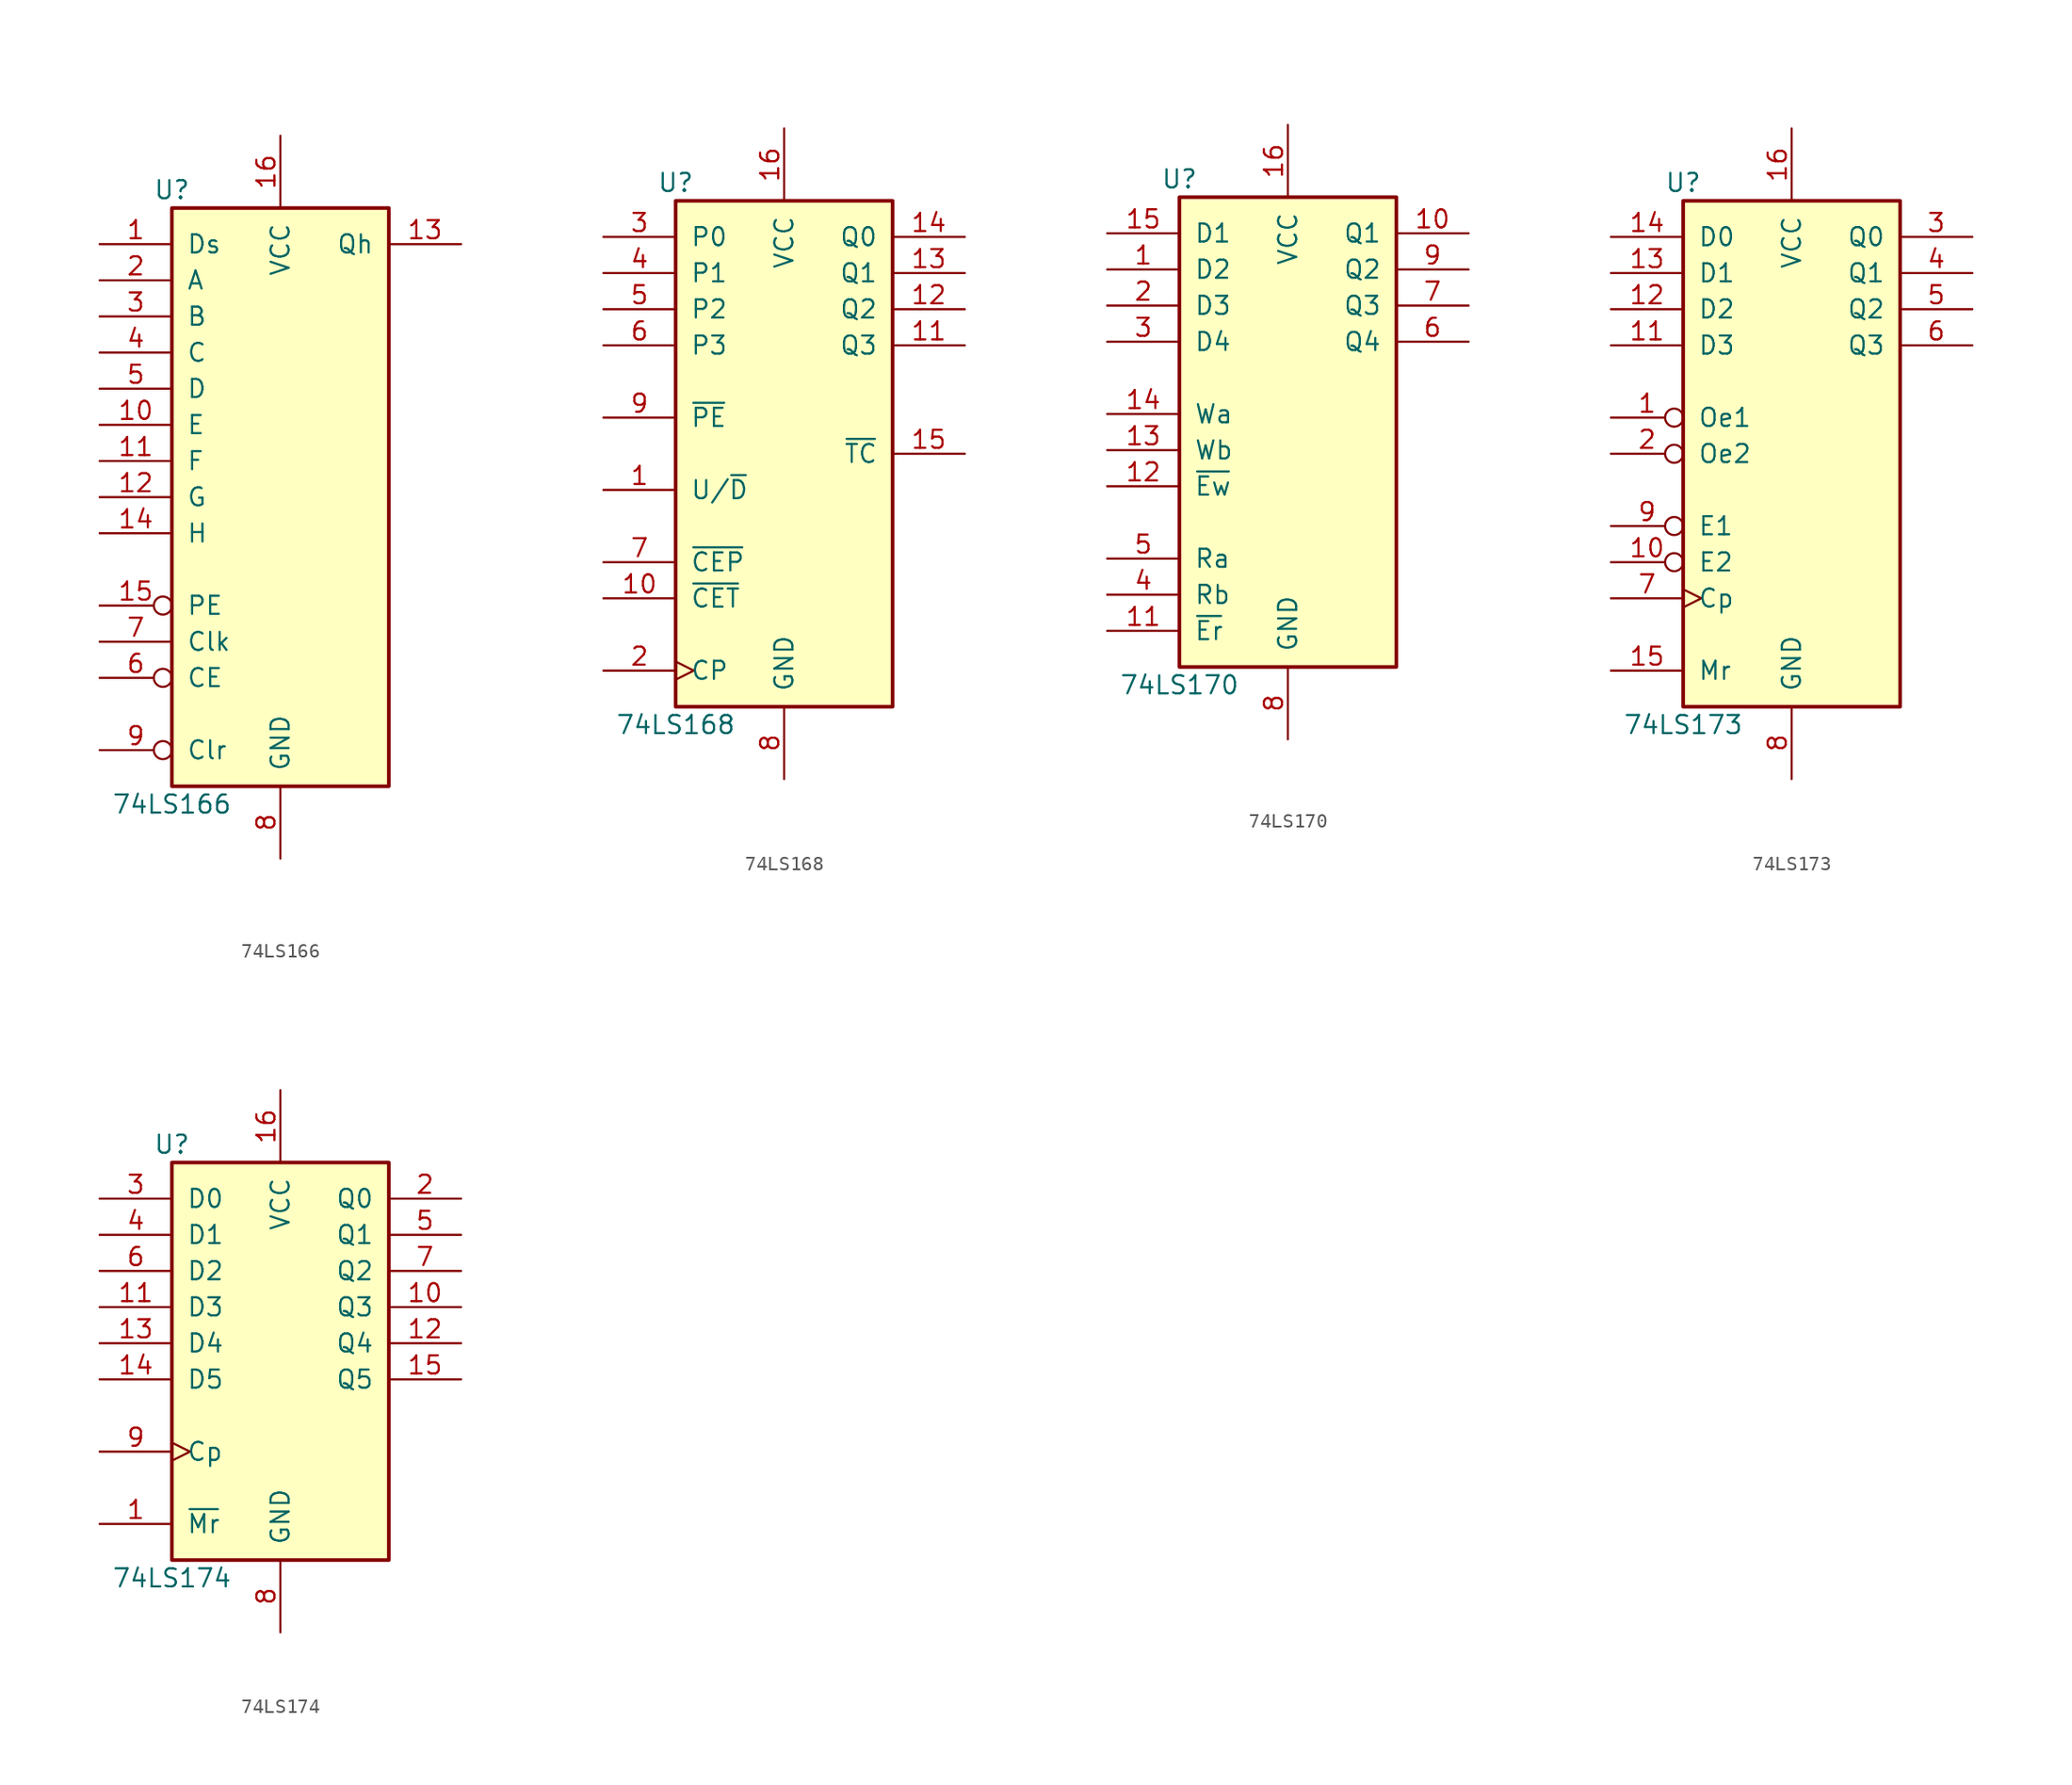
<source format=kicad_sym>
(kicad_symbol_lib
  (version 20201005)
  (generator kicad_symbol_editor)
  (symbol "74LS166"
    (pin_names
      (offset 1.016))
    (property "Reference" "U"
      (at -7.62 21.59 0)
      (effects (font (size 1.27 1.27))))
    (property "Value" "74LS166"
      (at -7.62 -21.59 0)
      (effects (font (size 1.27 1.27))))
    (property "ki_locked" ""
      (at 0 0 0)
      (effects (font (size 1.27 1.27))))
    (symbol "74LS166_1_0"
      (pin input line (at -12.7 17.78 0) (length 5.08) (name "Ds" (effects (font (size 1.27 1.27)))) (number "1" (effects (font (size 1.27 1.27)))))
      (pin input line (at -12.7 5.08 0) (length 5.08) (name "E" (effects (font (size 1.27 1.27)))) (number "10" (effects (font (size 1.27 1.27)))))
      (pin input line (at -12.7 2.54 0) (length 5.08) (name "F" (effects (font (size 1.27 1.27)))) (number "11" (effects (font (size 1.27 1.27)))))
      (pin input line (at -12.7 0 0) (length 5.08) (name "G" (effects (font (size 1.27 1.27)))) (number "12" (effects (font (size 1.27 1.27)))))
      (pin output line (at 12.7 17.78 180) (length 5.08) (name "Qh" (effects (font (size 1.27 1.27)))) (number "13" (effects (font (size 1.27 1.27)))))
      (pin input line (at -12.7 -2.54 0) (length 5.08) (name "H" (effects (font (size 1.27 1.27)))) (number "14" (effects (font (size 1.27 1.27)))))
      (pin input inverted (at -12.7 -7.62 0) (length 5.08) (name "PE" (effects (font (size 1.27 1.27)))) (number "15" (effects (font (size 1.27 1.27)))))
      (pin power_in line (at 0 25.4 270) (length 5.08) (name "VCC" (effects (font (size 1.27 1.27)))) (number "16" (effects (font (size 1.27 1.27)))))
      (pin input line (at -12.7 15.24 0) (length 5.08) (name "A" (effects (font (size 1.27 1.27)))) (number "2" (effects (font (size 1.27 1.27)))))
      (pin input line (at -12.7 12.7 0) (length 5.08) (name "B" (effects (font (size 1.27 1.27)))) (number "3" (effects (font (size 1.27 1.27)))))
      (pin input line (at -12.7 10.16 0) (length 5.08) (name "C" (effects (font (size 1.27 1.27)))) (number "4" (effects (font (size 1.27 1.27)))))
      (pin input line (at -12.7 7.62 0) (length 5.08) (name "D" (effects (font (size 1.27 1.27)))) (number "5" (effects (font (size 1.27 1.27)))))
      (pin input inverted (at -12.7 -12.7 0) (length 5.08) (name "CE" (effects (font (size 1.27 1.27)))) (number "6" (effects (font (size 1.27 1.27)))))
      (pin input line (at -12.7 -10.16 0) (length 5.08) (name "Clk" (effects (font (size 1.27 1.27)))) (number "7" (effects (font (size 1.27 1.27)))))
      (pin power_in line (at 0 -25.4 90) (length 5.08) (name "GND" (effects (font (size 1.27 1.27)))) (number "8" (effects (font (size 1.27 1.27)))))
      (pin input inverted (at -12.7 -17.78 0) (length 5.08) (name "Clr" (effects (font (size 1.27 1.27)))) (number "9" (effects (font (size 1.27 1.27))))))
    (symbol "74LS166_1_1"
      (rectangle (start -7.62 20.32) (end 7.62 -20.32) (stroke (width 0.254)) (fill (type background)))))
  (symbol "74LS168"
    (pin_names
      (offset 1.016))
    (property "Reference" "U"
      (at -7.62 19.05 0)
      (effects (font (size 1.27 1.27))))
    (property "Value" "74LS168"
      (at -7.62 -19.05 0)
      (effects (font (size 1.27 1.27))))
    (property "ki_locked" ""
      (at 0 0 0)
      (effects (font (size 1.27 1.27))))
    (symbol "74LS168_1_0"
      (pin input line (at -12.7 -2.54 0) (length 5.08) (name "U/~D" (effects (font (size 1.27 1.27)))) (number "1" (effects (font (size 1.27 1.27)))))
      (pin input line (at -12.7 -10.16 0) (length 5.08) (name "~CET" (effects (font (size 1.27 1.27)))) (number "10" (effects (font (size 1.27 1.27)))))
      (pin output line (at 12.7 7.62 180) (length 5.08) (name "Q3" (effects (font (size 1.27 1.27)))) (number "11" (effects (font (size 1.27 1.27)))))
      (pin output line (at 12.7 10.16 180) (length 5.08) (name "Q2" (effects (font (size 1.27 1.27)))) (number "12" (effects (font (size 1.27 1.27)))))
      (pin output line (at 12.7 12.7 180) (length 5.08) (name "Q1" (effects (font (size 1.27 1.27)))) (number "13" (effects (font (size 1.27 1.27)))))
      (pin output line (at 12.7 15.24 180) (length 5.08) (name "Q0" (effects (font (size 1.27 1.27)))) (number "14" (effects (font (size 1.27 1.27)))))
      (pin output line (at 12.7 0 180) (length 5.08) (name "~TC" (effects (font (size 1.27 1.27)))) (number "15" (effects (font (size 1.27 1.27)))))
      (pin power_in line (at 0 22.86 270) (length 5.08) (name "VCC" (effects (font (size 1.27 1.27)))) (number "16" (effects (font (size 1.27 1.27)))))
      (pin input clock (at -12.7 -15.24 0) (length 5.08) (name "CP" (effects (font (size 1.27 1.27)))) (number "2" (effects (font (size 1.27 1.27)))))
      (pin input line (at -12.7 15.24 0) (length 5.08) (name "P0" (effects (font (size 1.27 1.27)))) (number "3" (effects (font (size 1.27 1.27)))))
      (pin input line (at -12.7 12.7 0) (length 5.08) (name "P1" (effects (font (size 1.27 1.27)))) (number "4" (effects (font (size 1.27 1.27)))))
      (pin input line (at -12.7 10.16 0) (length 5.08) (name "P2" (effects (font (size 1.27 1.27)))) (number "5" (effects (font (size 1.27 1.27)))))
      (pin input line (at -12.7 7.62 0) (length 5.08) (name "P3" (effects (font (size 1.27 1.27)))) (number "6" (effects (font (size 1.27 1.27)))))
      (pin input line (at -12.7 -7.62 0) (length 5.08) (name "~CEP" (effects (font (size 1.27 1.27)))) (number "7" (effects (font (size 1.27 1.27)))))
      (pin power_in line (at 0 -22.86 90) (length 5.08) (name "GND" (effects (font (size 1.27 1.27)))) (number "8" (effects (font (size 1.27 1.27)))))
      (pin input line (at -12.7 2.54 0) (length 5.08) (name "~PE" (effects (font (size 1.27 1.27)))) (number "9" (effects (font (size 1.27 1.27))))))
    (symbol "74LS168_1_1"
      (rectangle (start -7.62 17.78) (end 7.62 -17.78) (stroke (width 0.254)) (fill (type background)))))
  (symbol "74LS170"
    (pin_names
      (offset 1.016))
    (property "Reference" "U"
      (at -7.62 16.51 0)
      (effects (font (size 1.27 1.27))))
    (property "Value" "74LS170"
      (at -7.62 -19.05 0)
      (effects (font (size 1.27 1.27))))
    (property "ki_locked" ""
      (at 0 0 0)
      (effects (font (size 1.27 1.27))))
    (symbol "74LS170_1_0"
      (pin input line (at -12.7 10.16 0) (length 5.08) (name "D2" (effects (font (size 1.27 1.27)))) (number "1" (effects (font (size 1.27 1.27)))))
      (pin tri_state line (at 12.7 12.7 180) (length 5.08) (name "Q1" (effects (font (size 1.27 1.27)))) (number "10" (effects (font (size 1.27 1.27)))))
      (pin input line (at -12.7 -15.24 0) (length 5.08) (name "~Er" (effects (font (size 1.27 1.27)))) (number "11" (effects (font (size 1.27 1.27)))))
      (pin input line (at -12.7 -5.08 0) (length 5.08) (name "~Ew" (effects (font (size 1.27 1.27)))) (number "12" (effects (font (size 1.27 1.27)))))
      (pin input line (at -12.7 -2.54 0) (length 5.08) (name "Wb" (effects (font (size 1.27 1.27)))) (number "13" (effects (font (size 1.27 1.27)))))
      (pin input line (at -12.7 0 0) (length 5.08) (name "Wa" (effects (font (size 1.27 1.27)))) (number "14" (effects (font (size 1.27 1.27)))))
      (pin input line (at -12.7 12.7 0) (length 5.08) (name "D1" (effects (font (size 1.27 1.27)))) (number "15" (effects (font (size 1.27 1.27)))))
      (pin power_in line (at 0 20.32 270) (length 5.08) (name "VCC" (effects (font (size 1.27 1.27)))) (number "16" (effects (font (size 1.27 1.27)))))
      (pin input line (at -12.7 7.62 0) (length 5.08) (name "D3" (effects (font (size 1.27 1.27)))) (number "2" (effects (font (size 1.27 1.27)))))
      (pin input line (at -12.7 5.08 0) (length 5.08) (name "D4" (effects (font (size 1.27 1.27)))) (number "3" (effects (font (size 1.27 1.27)))))
      (pin input line (at -12.7 -12.7 0) (length 5.08) (name "Rb" (effects (font (size 1.27 1.27)))) (number "4" (effects (font (size 1.27 1.27)))))
      (pin input line (at -12.7 -10.16 0) (length 5.08) (name "Ra" (effects (font (size 1.27 1.27)))) (number "5" (effects (font (size 1.27 1.27)))))
      (pin tri_state line (at 12.7 5.08 180) (length 5.08) (name "Q4" (effects (font (size 1.27 1.27)))) (number "6" (effects (font (size 1.27 1.27)))))
      (pin tri_state line (at 12.7 7.62 180) (length 5.08) (name "Q3" (effects (font (size 1.27 1.27)))) (number "7" (effects (font (size 1.27 1.27)))))
      (pin power_in line (at 0 -22.86 90) (length 5.08) (name "GND" (effects (font (size 1.27 1.27)))) (number "8" (effects (font (size 1.27 1.27)))))
      (pin tri_state line (at 12.7 10.16 180) (length 5.08) (name "Q2" (effects (font (size 1.27 1.27)))) (number "9" (effects (font (size 1.27 1.27))))))
    (symbol "74LS170_1_1"
      (rectangle (start -7.62 15.24) (end 7.62 -17.78) (stroke (width 0.254)) (fill (type background)))))
  (symbol "74LS173"
    (pin_names
      (offset 1.016))
    (property "Reference" "U"
      (at -7.62 19.05 0)
      (effects (font (size 1.27 1.27))))
    (property "Value" "74LS173"
      (at -7.62 -19.05 0)
      (effects (font (size 1.27 1.27))))
    (property "ki_locked" ""
      (at 0 0 0)
      (effects (font (size 1.27 1.27))))
    (symbol "74LS173_1_0"
      (pin input inverted (at -12.7 2.54 0) (length 5.08) (name "Oe1" (effects (font (size 1.27 1.27)))) (number "1" (effects (font (size 1.27 1.27)))))
      (pin input inverted (at -12.7 -7.62 0) (length 5.08) (name "E2" (effects (font (size 1.27 1.27)))) (number "10" (effects (font (size 1.27 1.27)))))
      (pin input line (at -12.7 7.62 0) (length 5.08) (name "D3" (effects (font (size 1.27 1.27)))) (number "11" (effects (font (size 1.27 1.27)))))
      (pin input line (at -12.7 10.16 0) (length 5.08) (name "D2" (effects (font (size 1.27 1.27)))) (number "12" (effects (font (size 1.27 1.27)))))
      (pin input line (at -12.7 12.7 0) (length 5.08) (name "D1" (effects (font (size 1.27 1.27)))) (number "13" (effects (font (size 1.27 1.27)))))
      (pin input line (at -12.7 15.24 0) (length 5.08) (name "D0" (effects (font (size 1.27 1.27)))) (number "14" (effects (font (size 1.27 1.27)))))
      (pin input line (at -12.7 -15.24 0) (length 5.08) (name "Mr" (effects (font (size 1.27 1.27)))) (number "15" (effects (font (size 1.27 1.27)))))
      (pin power_in line (at 0 22.86 270) (length 5.08) (name "VCC" (effects (font (size 1.27 1.27)))) (number "16" (effects (font (size 1.27 1.27)))))
      (pin input inverted (at -12.7 0 0) (length 5.08) (name "Oe2" (effects (font (size 1.27 1.27)))) (number "2" (effects (font (size 1.27 1.27)))))
      (pin tri_state line (at 12.7 15.24 180) (length 5.08) (name "Q0" (effects (font (size 1.27 1.27)))) (number "3" (effects (font (size 1.27 1.27)))))
      (pin tri_state line (at 12.7 12.7 180) (length 5.08) (name "Q1" (effects (font (size 1.27 1.27)))) (number "4" (effects (font (size 1.27 1.27)))))
      (pin tri_state line (at 12.7 10.16 180) (length 5.08) (name "Q2" (effects (font (size 1.27 1.27)))) (number "5" (effects (font (size 1.27 1.27)))))
      (pin tri_state line (at 12.7 7.62 180) (length 5.08) (name "Q3" (effects (font (size 1.27 1.27)))) (number "6" (effects (font (size 1.27 1.27)))))
      (pin input clock (at -12.7 -10.16 0) (length 5.08) (name "Cp" (effects (font (size 1.27 1.27)))) (number "7" (effects (font (size 1.27 1.27)))))
      (pin power_in line (at 0 -22.86 90) (length 5.08) (name "GND" (effects (font (size 1.27 1.27)))) (number "8" (effects (font (size 1.27 1.27)))))
      (pin input inverted (at -12.7 -5.08 0) (length 5.08) (name "E1" (effects (font (size 1.27 1.27)))) (number "9" (effects (font (size 1.27 1.27))))))
    (symbol "74LS173_1_1"
      (rectangle (start -7.62 17.78) (end 7.62 -17.78) (stroke (width 0.254)) (fill (type background)))))
  (symbol "74LS174"
    (pin_names
      (offset 1.016))
    (property "Reference" "U"
      (at -7.62 13.97 0)
      (effects (font (size 1.27 1.27))))
    (property "Value" "74LS174"
      (at -7.62 -16.51 0)
      (effects (font (size 1.27 1.27))))
    (property "ki_locked" ""
      (at 0 0 0)
      (effects (font (size 1.27 1.27))))
    (symbol "74LS174_1_0"
      (pin input line (at -12.7 -12.7 0) (length 5.08) (name "~Mr" (effects (font (size 1.27 1.27)))) (number "1" (effects (font (size 1.27 1.27)))))
      (pin output line (at 12.7 2.54 180) (length 5.08) (name "Q3" (effects (font (size 1.27 1.27)))) (number "10" (effects (font (size 1.27 1.27)))))
      (pin input line (at -12.7 2.54 0) (length 5.08) (name "D3" (effects (font (size 1.27 1.27)))) (number "11" (effects (font (size 1.27 1.27)))))
      (pin output line (at 12.7 0 180) (length 5.08) (name "Q4" (effects (font (size 1.27 1.27)))) (number "12" (effects (font (size 1.27 1.27)))))
      (pin input line (at -12.7 0 0) (length 5.08) (name "D4" (effects (font (size 1.27 1.27)))) (number "13" (effects (font (size 1.27 1.27)))))
      (pin input line (at -12.7 -2.54 0) (length 5.08) (name "D5" (effects (font (size 1.27 1.27)))) (number "14" (effects (font (size 1.27 1.27)))))
      (pin output line (at 12.7 -2.54 180) (length 5.08) (name "Q5" (effects (font (size 1.27 1.27)))) (number "15" (effects (font (size 1.27 1.27)))))
      (pin power_in line (at 0 17.78 270) (length 5.08) (name "VCC" (effects (font (size 1.27 1.27)))) (number "16" (effects (font (size 1.27 1.27)))))
      (pin output line (at 12.7 10.16 180) (length 5.08) (name "Q0" (effects (font (size 1.27 1.27)))) (number "2" (effects (font (size 1.27 1.27)))))
      (pin input line (at -12.7 10.16 0) (length 5.08) (name "D0" (effects (font (size 1.27 1.27)))) (number "3" (effects (font (size 1.27 1.27)))))
      (pin input line (at -12.7 7.62 0) (length 5.08) (name "D1" (effects (font (size 1.27 1.27)))) (number "4" (effects (font (size 1.27 1.27)))))
      (pin output line (at 12.7 7.62 180) (length 5.08) (name "Q1" (effects (font (size 1.27 1.27)))) (number "5" (effects (font (size 1.27 1.27)))))
      (pin input line (at -12.7 5.08 0) (length 5.08) (name "D2" (effects (font (size 1.27 1.27)))) (number "6" (effects (font (size 1.27 1.27)))))
      (pin output line (at 12.7 5.08 180) (length 5.08) (name "Q2" (effects (font (size 1.27 1.27)))) (number "7" (effects (font (size 1.27 1.27)))))
      (pin power_in line (at 0 -20.32 90) (length 5.08) (name "GND" (effects (font (size 1.27 1.27)))) (number "8" (effects (font (size 1.27 1.27)))))
      (pin input clock (at -12.7 -7.62 0) (length 5.08) (name "Cp" (effects (font (size 1.27 1.27)))) (number "9" (effects (font (size 1.27 1.27))))))
    (symbol "74LS174_1_1"
      (rectangle (start -7.62 12.7) (end 7.62 -15.24) (stroke (width 0.254)) (fill (type background))))))
</source>
